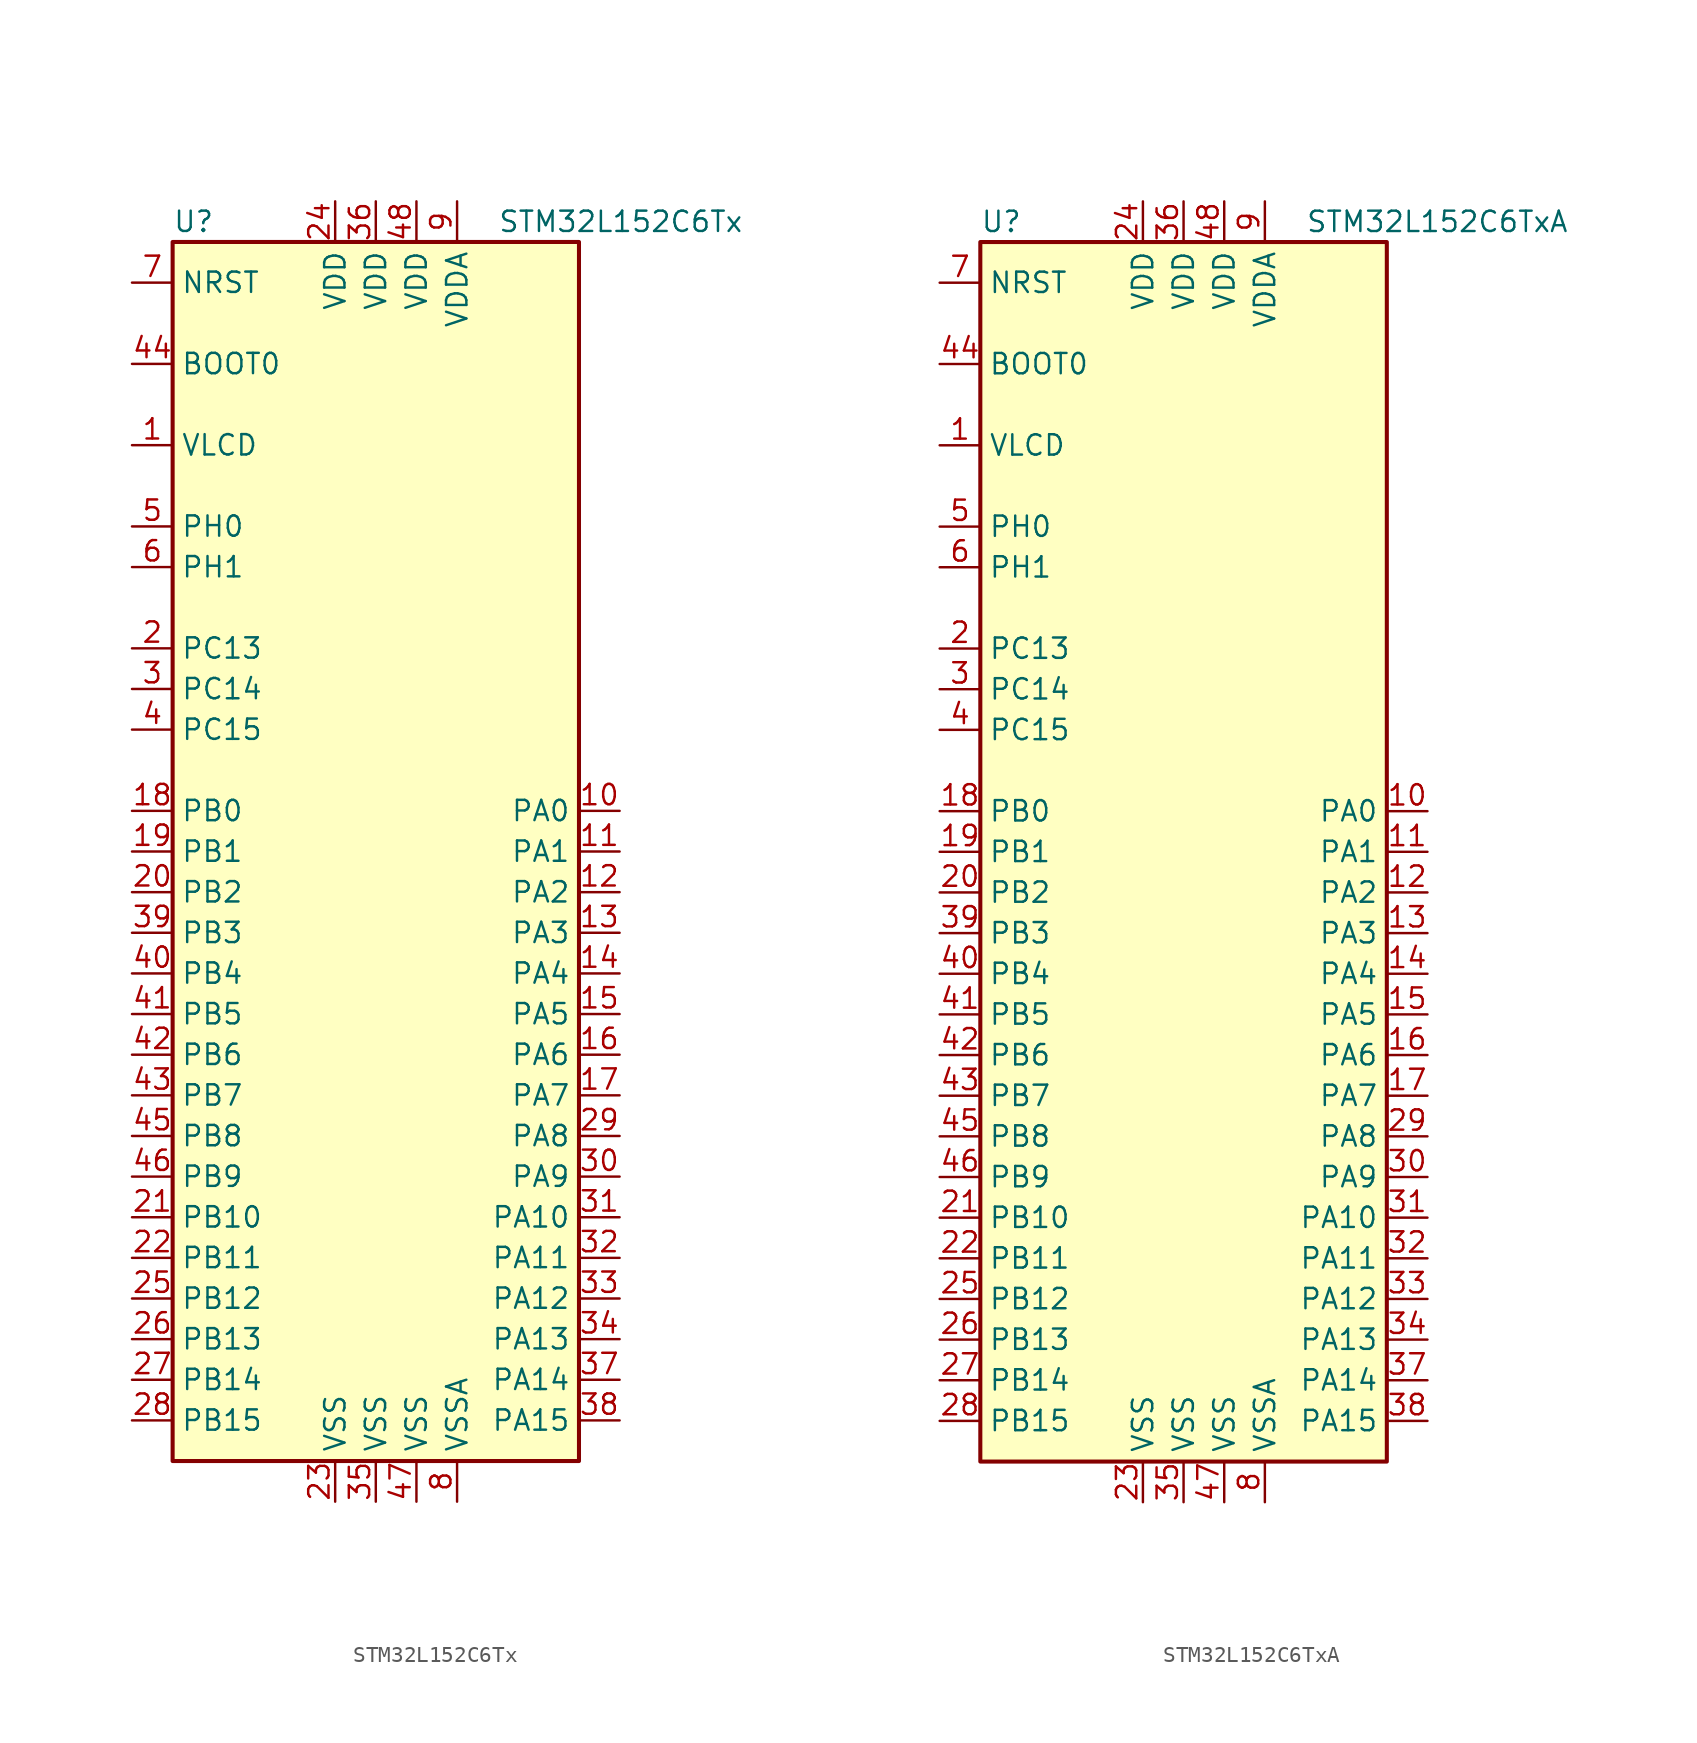
<source format=kicad_sym>
(kicad_symbol_lib
  (version 20211014)
  (generator kicad_symbol_editor)
  (symbol "STM32L152C6Tx"
    (property "Reference" "U"
      (at -12.7 39.37 0)
      (effects (font (size 1.27 1.27)) (justify left)))
    (property "Value" "STM32L152C6Tx"
      (at 7.62 39.37 0)
      (effects (font (size 1.27 1.27)) (justify left)))
    (symbol "STM32L152C6Tx_0_1"
      (rectangle (start -12.7 -38.1) (end 12.7 38.1) (stroke (width 0.254) (type default) (color 0 0 0 0)) (fill (type background))))
    (symbol "STM32L152C6Tx_1_1"
      (pin power_in line (at -15.24 25.4 0) (length 2.54) (name "VLCD" (effects (font (size 1.27 1.27)))) (number "1" (effects (font (size 1.27 1.27)))))
      (pin bidirectional line (at 15.24 2.54 180) (length 2.54) (name "PA0" (effects (font (size 1.27 1.27)))) (number "10" (effects (font (size 1.27 1.27)))))
      (pin bidirectional line (at 15.24 0 180) (length 2.54) (name "PA1" (effects (font (size 1.27 1.27)))) (number "11" (effects (font (size 1.27 1.27)))))
      (pin bidirectional line (at 15.24 -2.54 180) (length 2.54) (name "PA2" (effects (font (size 1.27 1.27)))) (number "12" (effects (font (size 1.27 1.27)))))
      (pin bidirectional line (at 15.24 -5.08 180) (length 2.54) (name "PA3" (effects (font (size 1.27 1.27)))) (number "13" (effects (font (size 1.27 1.27)))))
      (pin bidirectional line (at 15.24 -7.62 180) (length 2.54) (name "PA4" (effects (font (size 1.27 1.27)))) (number "14" (effects (font (size 1.27 1.27)))))
      (pin bidirectional line (at 15.24 -10.16 180) (length 2.54) (name "PA5" (effects (font (size 1.27 1.27)))) (number "15" (effects (font (size 1.27 1.27)))))
      (pin bidirectional line (at 15.24 -12.7 180) (length 2.54) (name "PA6" (effects (font (size 1.27 1.27)))) (number "16" (effects (font (size 1.27 1.27)))))
      (pin bidirectional line (at 15.24 -15.24 180) (length 2.54) (name "PA7" (effects (font (size 1.27 1.27)))) (number "17" (effects (font (size 1.27 1.27)))))
      (pin bidirectional line (at -15.24 2.54 0) (length 2.54) (name "PB0" (effects (font (size 1.27 1.27)))) (number "18" (effects (font (size 1.27 1.27)))))
      (pin bidirectional line (at -15.24 0 0) (length 2.54) (name "PB1" (effects (font (size 1.27 1.27)))) (number "19" (effects (font (size 1.27 1.27)))))
      (pin bidirectional line (at -15.24 12.7 0) (length 2.54) (name "PC13" (effects (font (size 1.27 1.27)))) (number "2" (effects (font (size 1.27 1.27)))))
      (pin bidirectional line (at -15.24 -2.54 0) (length 2.54) (name "PB2" (effects (font (size 1.27 1.27)))) (number "20" (effects (font (size 1.27 1.27)))))
      (pin bidirectional line (at -15.24 -22.86 0) (length 2.54) (name "PB10" (effects (font (size 1.27 1.27)))) (number "21" (effects (font (size 1.27 1.27)))))
      (pin bidirectional line (at -15.24 -25.4 0) (length 2.54) (name "PB11" (effects (font (size 1.27 1.27)))) (number "22" (effects (font (size 1.27 1.27)))))
      (pin power_in line (at -2.54 -40.64 90) (length 2.54) (name "VSS" (effects (font (size 1.27 1.27)))) (number "23" (effects (font (size 1.27 1.27)))))
      (pin power_in line (at -2.54 40.64 270) (length 2.54) (name "VDD" (effects (font (size 1.27 1.27)))) (number "24" (effects (font (size 1.27 1.27)))))
      (pin bidirectional line (at -15.24 -27.94 0) (length 2.54) (name "PB12" (effects (font (size 1.27 1.27)))) (number "25" (effects (font (size 1.27 1.27)))))
      (pin bidirectional line (at -15.24 -30.48 0) (length 2.54) (name "PB13" (effects (font (size 1.27 1.27)))) (number "26" (effects (font (size 1.27 1.27)))))
      (pin bidirectional line (at -15.24 -33.02 0) (length 2.54) (name "PB14" (effects (font (size 1.27 1.27)))) (number "27" (effects (font (size 1.27 1.27)))))
      (pin bidirectional line (at -15.24 -35.56 0) (length 2.54) (name "PB15" (effects (font (size 1.27 1.27)))) (number "28" (effects (font (size 1.27 1.27)))))
      (pin bidirectional line (at 15.24 -17.78 180) (length 2.54) (name "PA8" (effects (font (size 1.27 1.27)))) (number "29" (effects (font (size 1.27 1.27)))))
      (pin bidirectional line (at -15.24 10.16 0) (length 2.54) (name "PC14" (effects (font (size 1.27 1.27)))) (number "3" (effects (font (size 1.27 1.27)))))
      (pin bidirectional line (at 15.24 -20.32 180) (length 2.54) (name "PA9" (effects (font (size 1.27 1.27)))) (number "30" (effects (font (size 1.27 1.27)))))
      (pin bidirectional line (at 15.24 -22.86 180) (length 2.54) (name "PA10" (effects (font (size 1.27 1.27)))) (number "31" (effects (font (size 1.27 1.27)))))
      (pin bidirectional line (at 15.24 -25.4 180) (length 2.54) (name "PA11" (effects (font (size 1.27 1.27)))) (number "32" (effects (font (size 1.27 1.27)))))
      (pin bidirectional line (at 15.24 -27.94 180) (length 2.54) (name "PA12" (effects (font (size 1.27 1.27)))) (number "33" (effects (font (size 1.27 1.27)))))
      (pin bidirectional line (at 15.24 -30.48 180) (length 2.54) (name "PA13" (effects (font (size 1.27 1.27)))) (number "34" (effects (font (size 1.27 1.27)))))
      (pin power_in line (at 0 -40.64 90) (length 2.54) (name "VSS" (effects (font (size 1.27 1.27)))) (number "35" (effects (font (size 1.27 1.27)))))
      (pin power_in line (at 0 40.64 270) (length 2.54) (name "VDD" (effects (font (size 1.27 1.27)))) (number "36" (effects (font (size 1.27 1.27)))))
      (pin bidirectional line (at 15.24 -33.02 180) (length 2.54) (name "PA14" (effects (font (size 1.27 1.27)))) (number "37" (effects (font (size 1.27 1.27)))))
      (pin bidirectional line (at 15.24 -35.56 180) (length 2.54) (name "PA15" (effects (font (size 1.27 1.27)))) (number "38" (effects (font (size 1.27 1.27)))))
      (pin bidirectional line (at -15.24 -5.08 0) (length 2.54) (name "PB3" (effects (font (size 1.27 1.27)))) (number "39" (effects (font (size 1.27 1.27)))))
      (pin bidirectional line (at -15.24 7.62 0) (length 2.54) (name "PC15" (effects (font (size 1.27 1.27)))) (number "4" (effects (font (size 1.27 1.27)))))
      (pin bidirectional line (at -15.24 -7.62 0) (length 2.54) (name "PB4" (effects (font (size 1.27 1.27)))) (number "40" (effects (font (size 1.27 1.27)))))
      (pin bidirectional line (at -15.24 -10.16 0) (length 2.54) (name "PB5" (effects (font (size 1.27 1.27)))) (number "41" (effects (font (size 1.27 1.27)))))
      (pin bidirectional line (at -15.24 -12.7 0) (length 2.54) (name "PB6" (effects (font (size 1.27 1.27)))) (number "42" (effects (font (size 1.27 1.27)))))
      (pin bidirectional line (at -15.24 -15.24 0) (length 2.54) (name "PB7" (effects (font (size 1.27 1.27)))) (number "43" (effects (font (size 1.27 1.27)))))
      (pin input line (at -15.24 30.48 0) (length 2.54) (name "BOOT0" (effects (font (size 1.27 1.27)))) (number "44" (effects (font (size 1.27 1.27)))))
      (pin bidirectional line (at -15.24 -17.78 0) (length 2.54) (name "PB8" (effects (font (size 1.27 1.27)))) (number "45" (effects (font (size 1.27 1.27)))))
      (pin bidirectional line (at -15.24 -20.32 0) (length 2.54) (name "PB9" (effects (font (size 1.27 1.27)))) (number "46" (effects (font (size 1.27 1.27)))))
      (pin power_in line (at 2.54 -40.64 90) (length 2.54) (name "VSS" (effects (font (size 1.27 1.27)))) (number "47" (effects (font (size 1.27 1.27)))))
      (pin power_in line (at 2.54 40.64 270) (length 2.54) (name "VDD" (effects (font (size 1.27 1.27)))) (number "48" (effects (font (size 1.27 1.27)))))
      (pin input line (at -15.24 20.32 0) (length 2.54) (name "PH0" (effects (font (size 1.27 1.27)))) (number "5" (effects (font (size 1.27 1.27)))))
      (pin input line (at -15.24 17.78 0) (length 2.54) (name "PH1" (effects (font (size 1.27 1.27)))) (number "6" (effects (font (size 1.27 1.27)))))
      (pin input line (at -15.24 35.56 0) (length 2.54) (name "NRST" (effects (font (size 1.27 1.27)))) (number "7" (effects (font (size 1.27 1.27)))))
      (pin power_in line (at 5.08 -40.64 90) (length 2.54) (name "VSSA" (effects (font (size 1.27 1.27)))) (number "8" (effects (font (size 1.27 1.27)))))
      (pin power_in line (at 5.08 40.64 270) (length 2.54) (name "VDDA" (effects (font (size 1.27 1.27)))) (number "9" (effects (font (size 1.27 1.27)))))))
  (symbol "STM32L152C6TxA"
    (property "Reference" "U"
      (at -12.7 39.37 0)
      (effects (font (size 1.27 1.27)) (justify left)))
    (property "Value" "STM32L152C6TxA"
      (at 7.62 39.37 0)
      (effects (font (size 1.27 1.27)) (justify left)))
    (symbol "STM32L152C6TxA_0_1"
      (rectangle (start -12.7 -38.1) (end 12.7 38.1) (stroke (width 0.254) (type default) (color 0 0 0 0)) (fill (type background))))
    (symbol "STM32L152C6TxA_1_1"
      (pin power_in line (at -15.24 25.4 0) (length 2.54) (name "VLCD" (effects (font (size 1.27 1.27)))) (number "1" (effects (font (size 1.27 1.27)))))
      (pin bidirectional line (at 15.24 2.54 180) (length 2.54) (name "PA0" (effects (font (size 1.27 1.27)))) (number "10" (effects (font (size 1.27 1.27)))))
      (pin bidirectional line (at 15.24 0 180) (length 2.54) (name "PA1" (effects (font (size 1.27 1.27)))) (number "11" (effects (font (size 1.27 1.27)))))
      (pin bidirectional line (at 15.24 -2.54 180) (length 2.54) (name "PA2" (effects (font (size 1.27 1.27)))) (number "12" (effects (font (size 1.27 1.27)))))
      (pin bidirectional line (at 15.24 -5.08 180) (length 2.54) (name "PA3" (effects (font (size 1.27 1.27)))) (number "13" (effects (font (size 1.27 1.27)))))
      (pin bidirectional line (at 15.24 -7.62 180) (length 2.54) (name "PA4" (effects (font (size 1.27 1.27)))) (number "14" (effects (font (size 1.27 1.27)))))
      (pin bidirectional line (at 15.24 -10.16 180) (length 2.54) (name "PA5" (effects (font (size 1.27 1.27)))) (number "15" (effects (font (size 1.27 1.27)))))
      (pin bidirectional line (at 15.24 -12.7 180) (length 2.54) (name "PA6" (effects (font (size 1.27 1.27)))) (number "16" (effects (font (size 1.27 1.27)))))
      (pin bidirectional line (at 15.24 -15.24 180) (length 2.54) (name "PA7" (effects (font (size 1.27 1.27)))) (number "17" (effects (font (size 1.27 1.27)))))
      (pin bidirectional line (at -15.24 2.54 0) (length 2.54) (name "PB0" (effects (font (size 1.27 1.27)))) (number "18" (effects (font (size 1.27 1.27)))))
      (pin bidirectional line (at -15.24 0 0) (length 2.54) (name "PB1" (effects (font (size 1.27 1.27)))) (number "19" (effects (font (size 1.27 1.27)))))
      (pin bidirectional line (at -15.24 12.7 0) (length 2.54) (name "PC13" (effects (font (size 1.27 1.27)))) (number "2" (effects (font (size 1.27 1.27)))))
      (pin bidirectional line (at -15.24 -2.54 0) (length 2.54) (name "PB2" (effects (font (size 1.27 1.27)))) (number "20" (effects (font (size 1.27 1.27)))))
      (pin bidirectional line (at -15.24 -22.86 0) (length 2.54) (name "PB10" (effects (font (size 1.27 1.27)))) (number "21" (effects (font (size 1.27 1.27)))))
      (pin bidirectional line (at -15.24 -25.4 0) (length 2.54) (name "PB11" (effects (font (size 1.27 1.27)))) (number "22" (effects (font (size 1.27 1.27)))))
      (pin power_in line (at -2.54 -40.64 90) (length 2.54) (name "VSS" (effects (font (size 1.27 1.27)))) (number "23" (effects (font (size 1.27 1.27)))))
      (pin power_in line (at -2.54 40.64 270) (length 2.54) (name "VDD" (effects (font (size 1.27 1.27)))) (number "24" (effects (font (size 1.27 1.27)))))
      (pin bidirectional line (at -15.24 -27.94 0) (length 2.54) (name "PB12" (effects (font (size 1.27 1.27)))) (number "25" (effects (font (size 1.27 1.27)))))
      (pin bidirectional line (at -15.24 -30.48 0) (length 2.54) (name "PB13" (effects (font (size 1.27 1.27)))) (number "26" (effects (font (size 1.27 1.27)))))
      (pin bidirectional line (at -15.24 -33.02 0) (length 2.54) (name "PB14" (effects (font (size 1.27 1.27)))) (number "27" (effects (font (size 1.27 1.27)))))
      (pin bidirectional line (at -15.24 -35.56 0) (length 2.54) (name "PB15" (effects (font (size 1.27 1.27)))) (number "28" (effects (font (size 1.27 1.27)))))
      (pin bidirectional line (at 15.24 -17.78 180) (length 2.54) (name "PA8" (effects (font (size 1.27 1.27)))) (number "29" (effects (font (size 1.27 1.27)))))
      (pin bidirectional line (at -15.24 10.16 0) (length 2.54) (name "PC14" (effects (font (size 1.27 1.27)))) (number "3" (effects (font (size 1.27 1.27)))))
      (pin bidirectional line (at 15.24 -20.32 180) (length 2.54) (name "PA9" (effects (font (size 1.27 1.27)))) (number "30" (effects (font (size 1.27 1.27)))))
      (pin bidirectional line (at 15.24 -22.86 180) (length 2.54) (name "PA10" (effects (font (size 1.27 1.27)))) (number "31" (effects (font (size 1.27 1.27)))))
      (pin bidirectional line (at 15.24 -25.4 180) (length 2.54) (name "PA11" (effects (font (size 1.27 1.27)))) (number "32" (effects (font (size 1.27 1.27)))))
      (pin bidirectional line (at 15.24 -27.94 180) (length 2.54) (name "PA12" (effects (font (size 1.27 1.27)))) (number "33" (effects (font (size 1.27 1.27)))))
      (pin bidirectional line (at 15.24 -30.48 180) (length 2.54) (name "PA13" (effects (font (size 1.27 1.27)))) (number "34" (effects (font (size 1.27 1.27)))))
      (pin power_in line (at 0 -40.64 90) (length 2.54) (name "VSS" (effects (font (size 1.27 1.27)))) (number "35" (effects (font (size 1.27 1.27)))))
      (pin power_in line (at 0 40.64 270) (length 2.54) (name "VDD" (effects (font (size 1.27 1.27)))) (number "36" (effects (font (size 1.27 1.27)))))
      (pin bidirectional line (at 15.24 -33.02 180) (length 2.54) (name "PA14" (effects (font (size 1.27 1.27)))) (number "37" (effects (font (size 1.27 1.27)))))
      (pin bidirectional line (at 15.24 -35.56 180) (length 2.54) (name "PA15" (effects (font (size 1.27 1.27)))) (number "38" (effects (font (size 1.27 1.27)))))
      (pin bidirectional line (at -15.24 -5.08 0) (length 2.54) (name "PB3" (effects (font (size 1.27 1.27)))) (number "39" (effects (font (size 1.27 1.27)))))
      (pin bidirectional line (at -15.24 7.62 0) (length 2.54) (name "PC15" (effects (font (size 1.27 1.27)))) (number "4" (effects (font (size 1.27 1.27)))))
      (pin bidirectional line (at -15.24 -7.62 0) (length 2.54) (name "PB4" (effects (font (size 1.27 1.27)))) (number "40" (effects (font (size 1.27 1.27)))))
      (pin bidirectional line (at -15.24 -10.16 0) (length 2.54) (name "PB5" (effects (font (size 1.27 1.27)))) (number "41" (effects (font (size 1.27 1.27)))))
      (pin bidirectional line (at -15.24 -12.7 0) (length 2.54) (name "PB6" (effects (font (size 1.27 1.27)))) (number "42" (effects (font (size 1.27 1.27)))))
      (pin bidirectional line (at -15.24 -15.24 0) (length 2.54) (name "PB7" (effects (font (size 1.27 1.27)))) (number "43" (effects (font (size 1.27 1.27)))))
      (pin input line (at -15.24 30.48 0) (length 2.54) (name "BOOT0" (effects (font (size 1.27 1.27)))) (number "44" (effects (font (size 1.27 1.27)))))
      (pin bidirectional line (at -15.24 -17.78 0) (length 2.54) (name "PB8" (effects (font (size 1.27 1.27)))) (number "45" (effects (font (size 1.27 1.27)))))
      (pin bidirectional line (at -15.24 -20.32 0) (length 2.54) (name "PB9" (effects (font (size 1.27 1.27)))) (number "46" (effects (font (size 1.27 1.27)))))
      (pin power_in line (at 2.54 -40.64 90) (length 2.54) (name "VSS" (effects (font (size 1.27 1.27)))) (number "47" (effects (font (size 1.27 1.27)))))
      (pin power_in line (at 2.54 40.64 270) (length 2.54) (name "VDD" (effects (font (size 1.27 1.27)))) (number "48" (effects (font (size 1.27 1.27)))))
      (pin input line (at -15.24 20.32 0) (length 2.54) (name "PH0" (effects (font (size 1.27 1.27)))) (number "5" (effects (font (size 1.27 1.27)))))
      (pin input line (at -15.24 17.78 0) (length 2.54) (name "PH1" (effects (font (size 1.27 1.27)))) (number "6" (effects (font (size 1.27 1.27)))))
      (pin input line (at -15.24 35.56 0) (length 2.54) (name "NRST" (effects (font (size 1.27 1.27)))) (number "7" (effects (font (size 1.27 1.27)))))
      (pin power_in line (at 5.08 -40.64 90) (length 2.54) (name "VSSA" (effects (font (size 1.27 1.27)))) (number "8" (effects (font (size 1.27 1.27)))))
      (pin power_in line (at 5.08 40.64 270) (length 2.54) (name "VDDA" (effects (font (size 1.27 1.27)))) (number "9" (effects (font (size 1.27 1.27))))))))
</source>
